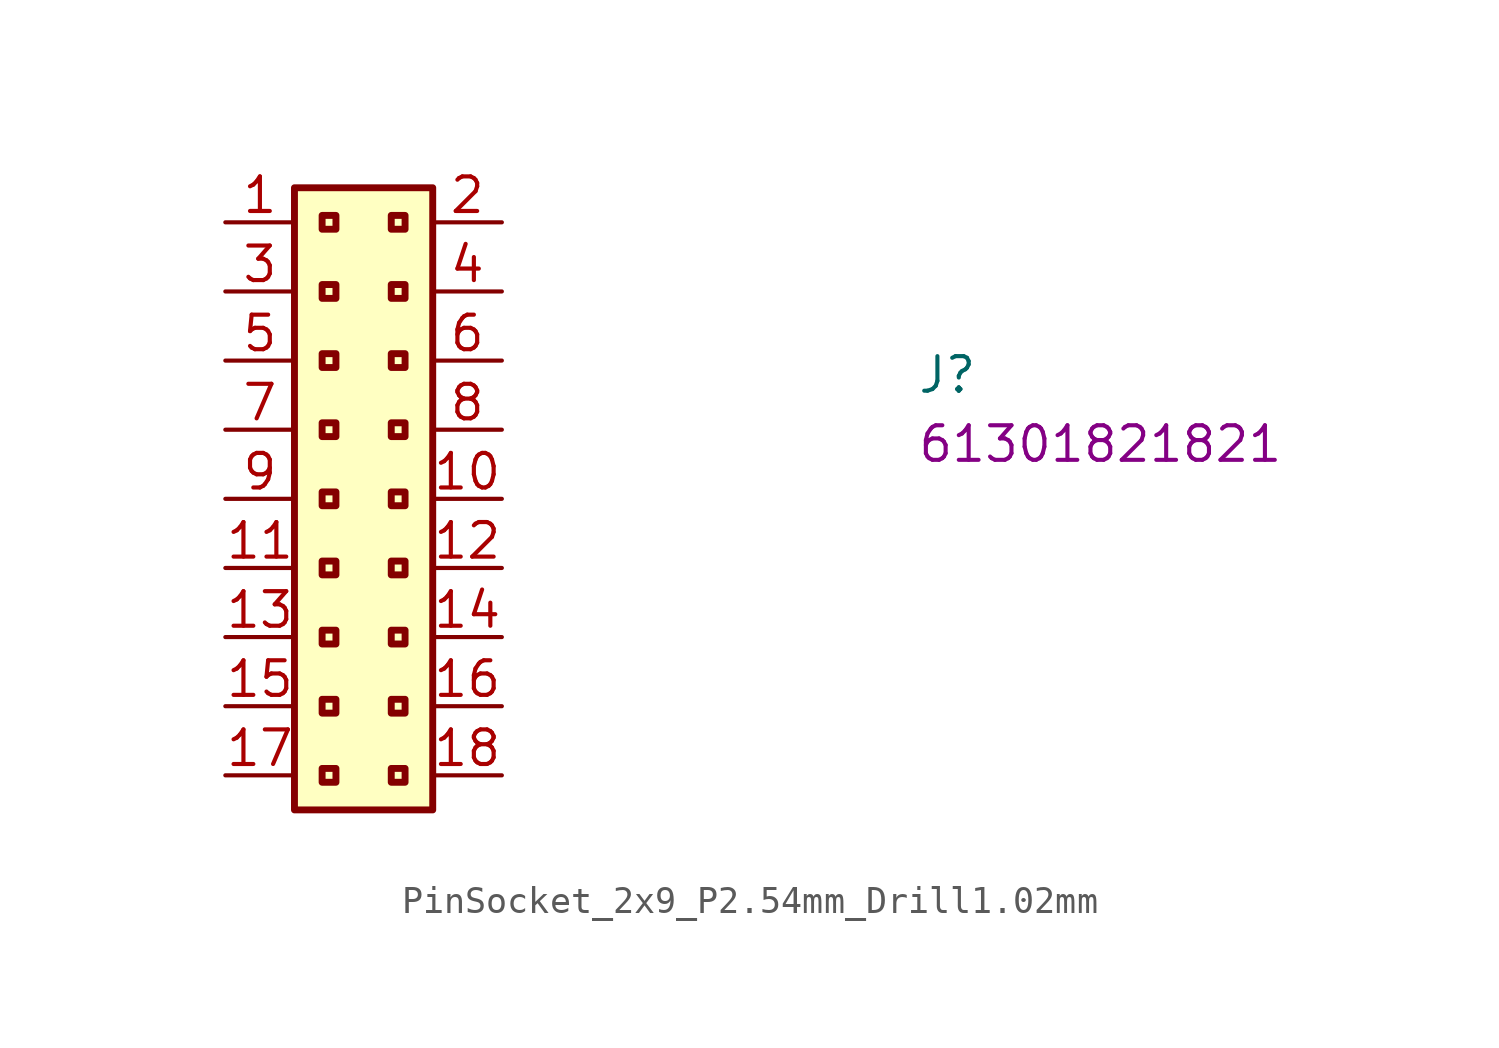
<source format=kicad_sym>
(kicad_symbol_lib
  (version 20220914)
  (generator kicad_symbol_editor)
  (symbol "PinSocket_2x9_P2.54mm_Drill1.02mm"
    (property "Reference" "J"
      (at 25.4 -6.35 0)
      (effects (font (size 1.27 1.27) (thickness 0.15)) (justify left bottom)))
    (property "MPN" "61301821821"
      (at 25.4 -8.89 0)
      (effects (font (size 1.27 1.27) (thickness 0.15)) (justify left bottom)))
    (symbol "PinSocket_2x9_P2.54mm_Drill1.02mm_1_1"
      (rectangle (start 2.54 1.27) (end 7.62 -21.59) (stroke (width 0.254) (type default)) (fill (type background)))
      (rectangle (start 3.556 -20.066) (end 4.064 -20.574) (stroke (width 0.254) (type default)) (fill (type background)))
      (rectangle (start 3.556 -17.526) (end 4.064 -18.034) (stroke (width 0.254) (type default)) (fill (type background)))
      (rectangle (start 3.556 -14.986) (end 4.064 -15.494) (stroke (width 0.254) (type default)) (fill (type background)))
      (rectangle (start 3.556 -12.446) (end 4.064 -12.954) (stroke (width 0.254) (type default)) (fill (type background)))
      (rectangle (start 3.556 -9.906) (end 4.064 -10.414) (stroke (width 0.254) (type default)) (fill (type background)))
      (rectangle (start 3.556 -7.366) (end 4.064 -7.874) (stroke (width 0.254) (type default)) (fill (type background)))
      (rectangle (start 3.556 -4.826) (end 4.064 -5.334) (stroke (width 0.254) (type default)) (fill (type background)))
      (rectangle (start 3.556 -2.286) (end 4.064 -2.794) (stroke (width 0.254) (type default)) (fill (type background)))
      (rectangle (start 3.556 0.254) (end 4.064 -0.254) (stroke (width 0.254) (type default)) (fill (type background)))
      (rectangle (start 6.096 -20.066) (end 6.604 -20.574) (stroke (width 0.254) (type default)) (fill (type background)))
      (rectangle (start 6.096 -17.526) (end 6.604 -18.034) (stroke (width 0.254) (type default)) (fill (type background)))
      (rectangle (start 6.096 -14.986) (end 6.604 -15.494) (stroke (width 0.254) (type default)) (fill (type background)))
      (rectangle (start 6.096 -12.446) (end 6.604 -12.954) (stroke (width 0.254) (type default)) (fill (type background)))
      (rectangle (start 6.096 -9.906) (end 6.604 -10.414) (stroke (width 0.254) (type default)) (fill (type background)))
      (rectangle (start 6.096 -7.366) (end 6.604 -7.874) (stroke (width 0.254) (type default)) (fill (type background)))
      (rectangle (start 6.096 -4.826) (end 6.604 -5.334) (stroke (width 0.254) (type default)) (fill (type background)))
      (rectangle (start 6.096 -2.286) (end 6.604 -2.794) (stroke (width 0.254) (type default)) (fill (type background)))
      (rectangle (start 6.096 0.254) (end 6.604 -0.254) (stroke (width 0.254) (type default)) (fill (type background)))
      (pin passive line (at 0 0 0) (length 2.54) (name "~" (effects (font (size 1.27 1.27)))) (number "1" (effects (font (size 1.27 1.27)))))
      (pin passive line (at 10.16 -10.16 180) (length 2.54) (name "~" (effects (font (size 1.27 1.27)))) (number "10" (effects (font (size 1.27 1.27)))))
      (pin passive line (at 0 -12.7 0) (length 2.54) (name "~" (effects (font (size 1.27 1.27)))) (number "11" (effects (font (size 1.27 1.27)))))
      (pin passive line (at 10.16 -12.7 180) (length 2.54) (name "~" (effects (font (size 1.27 1.27)))) (number "12" (effects (font (size 1.27 1.27)))))
      (pin passive line (at 0 -15.24 0) (length 2.54) (name "~" (effects (font (size 1.27 1.27)))) (number "13" (effects (font (size 1.27 1.27)))))
      (pin passive line (at 10.16 -15.24 180) (length 2.54) (name "~" (effects (font (size 1.27 1.27)))) (number "14" (effects (font (size 1.27 1.27)))))
      (pin passive line (at 0 -17.78 0) (length 2.54) (name "~" (effects (font (size 1.27 1.27)))) (number "15" (effects (font (size 1.27 1.27)))))
      (pin passive line (at 10.16 -17.78 180) (length 2.54) (name "~" (effects (font (size 1.27 1.27)))) (number "16" (effects (font (size 1.27 1.27)))))
      (pin passive line (at 0 -20.32 0) (length 2.54) (name "~" (effects (font (size 1.27 1.27)))) (number "17" (effects (font (size 1.27 1.27)))))
      (pin passive line (at 10.16 -20.32 180) (length 2.54) (name "~" (effects (font (size 1.27 1.27)))) (number "18" (effects (font (size 1.27 1.27)))))
      (pin passive line (at 10.16 0 180) (length 2.54) (name "~" (effects (font (size 1.27 1.27)))) (number "2" (effects (font (size 1.27 1.27)))))
      (pin passive line (at 0 -2.54 0) (length 2.54) (name "~" (effects (font (size 1.27 1.27)))) (number "3" (effects (font (size 1.27 1.27)))))
      (pin passive line (at 10.16 -2.54 180) (length 2.54) (name "~" (effects (font (size 1.27 1.27)))) (number "4" (effects (font (size 1.27 1.27)))))
      (pin passive line (at 0 -5.08 0) (length 2.54) (name "~" (effects (font (size 1.27 1.27)))) (number "5" (effects (font (size 1.27 1.27)))))
      (pin passive line (at 10.16 -5.08 180) (length 2.54) (name "~" (effects (font (size 1.27 1.27)))) (number "6" (effects (font (size 1.27 1.27)))))
      (pin passive line (at 0 -7.62 0) (length 2.54) (name "~" (effects (font (size 1.27 1.27)))) (number "7" (effects (font (size 1.27 1.27)))))
      (pin passive line (at 10.16 -7.62 180) (length 2.54) (name "~" (effects (font (size 1.27 1.27)))) (number "8" (effects (font (size 1.27 1.27)))))
      (pin passive line (at 0 -10.16 0) (length 2.54) (name "~" (effects (font (size 1.27 1.27)))) (number "9" (effects (font (size 1.27 1.27))))))))
</source>
